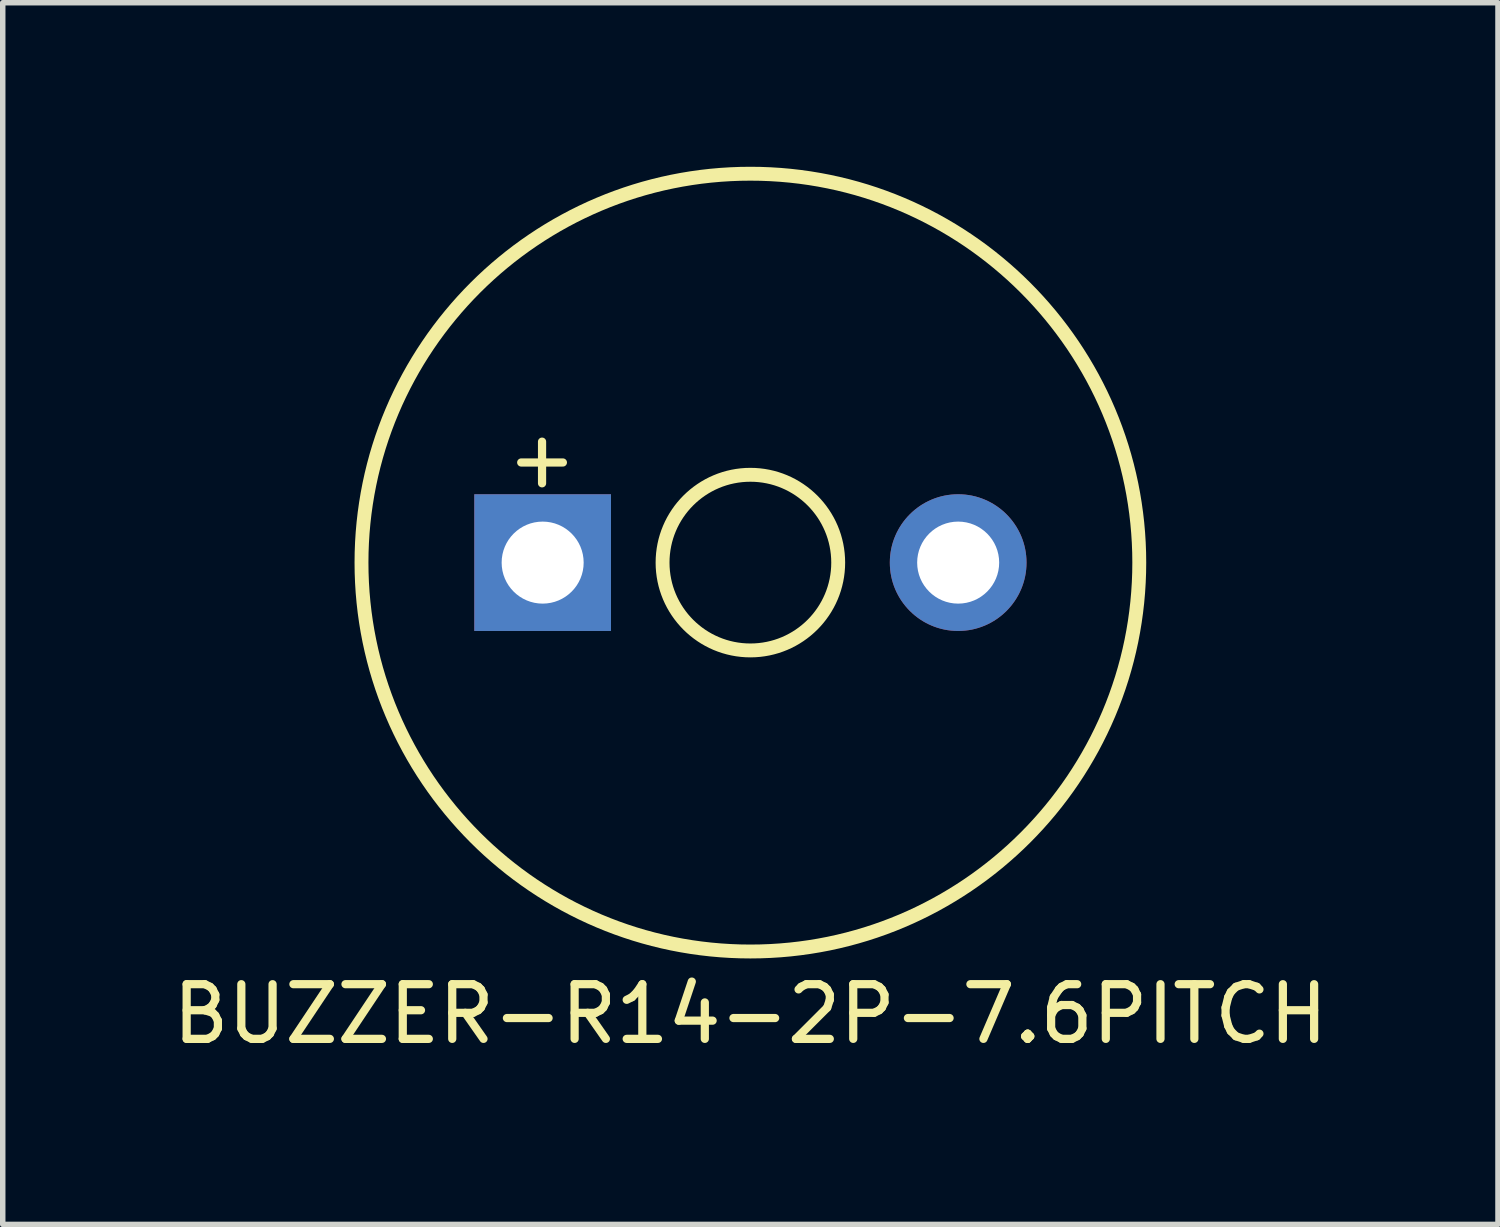
<source format=kicad_pcb>
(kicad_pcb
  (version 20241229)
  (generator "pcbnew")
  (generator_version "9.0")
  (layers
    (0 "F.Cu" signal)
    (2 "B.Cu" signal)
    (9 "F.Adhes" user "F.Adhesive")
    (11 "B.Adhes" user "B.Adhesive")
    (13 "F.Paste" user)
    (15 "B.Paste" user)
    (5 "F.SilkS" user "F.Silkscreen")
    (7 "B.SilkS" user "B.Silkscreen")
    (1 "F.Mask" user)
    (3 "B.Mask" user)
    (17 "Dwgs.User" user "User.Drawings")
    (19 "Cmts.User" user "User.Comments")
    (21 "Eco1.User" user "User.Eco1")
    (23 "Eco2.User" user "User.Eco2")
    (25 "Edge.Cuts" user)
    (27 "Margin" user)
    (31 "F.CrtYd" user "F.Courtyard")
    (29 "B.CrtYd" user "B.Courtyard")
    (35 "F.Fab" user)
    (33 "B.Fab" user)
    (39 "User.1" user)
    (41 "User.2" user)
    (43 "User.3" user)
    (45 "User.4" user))
  (footprint "BUZZER-R14-2P-7.6PITCH"
    (layer "F.Cu")
    (at 10.673 7.239)
    (property "Reference" "BUZZER-R14-2P-7.6PITCH" (at 0 8.255 0) (layer "F.SilkS") (effects (font (size 1 1) (thickness 0.15))))
    (attr through_hole)
    (fp_circle (center 0 0) (end 1.606 0) (stroke (width 0.254) (type solid)) (fill no) (layer "F.SilkS"))
    (fp_circle (center 0 0) (end 7.112 0) (stroke (width 0.254) (type solid)) (fill no) (layer "F.SilkS"))
    (fp_text user "+" (at -3.81 -1.905 0) (layer "F.SilkS") (effects (font (size 1 1) (thickness 0.15))))
    (pad "1" thru_hole rect (at -3.799 0) (size 2.5 2.5) (drill 1.5) (layers "*.Cu" "*.Mask"))
    (pad "2" thru_hole circle (at 3.8 0) (size 2.5 2.5) (drill 1.5) (layers "*.Cu" "*.Mask")))
  (gr_rect
    (start -3 -3)
    (end 24.345 19.342)
    (stroke (width 0.1) (type default))
    (fill no)
    (layer "Edge.Cuts")))
</source>
